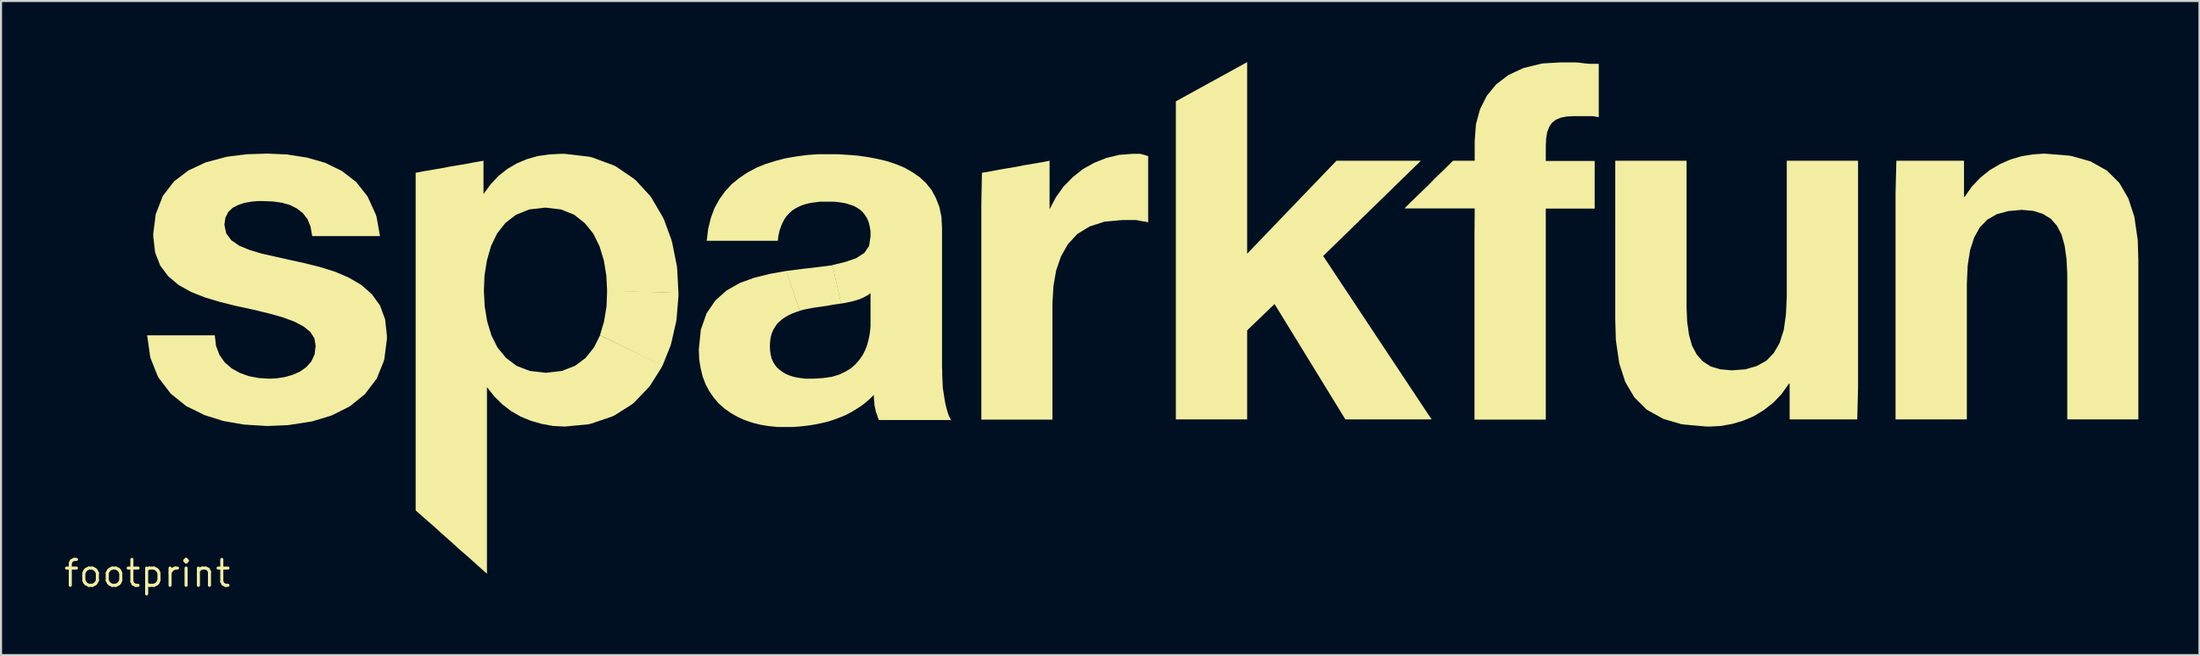
<source format=kicad_pcb>
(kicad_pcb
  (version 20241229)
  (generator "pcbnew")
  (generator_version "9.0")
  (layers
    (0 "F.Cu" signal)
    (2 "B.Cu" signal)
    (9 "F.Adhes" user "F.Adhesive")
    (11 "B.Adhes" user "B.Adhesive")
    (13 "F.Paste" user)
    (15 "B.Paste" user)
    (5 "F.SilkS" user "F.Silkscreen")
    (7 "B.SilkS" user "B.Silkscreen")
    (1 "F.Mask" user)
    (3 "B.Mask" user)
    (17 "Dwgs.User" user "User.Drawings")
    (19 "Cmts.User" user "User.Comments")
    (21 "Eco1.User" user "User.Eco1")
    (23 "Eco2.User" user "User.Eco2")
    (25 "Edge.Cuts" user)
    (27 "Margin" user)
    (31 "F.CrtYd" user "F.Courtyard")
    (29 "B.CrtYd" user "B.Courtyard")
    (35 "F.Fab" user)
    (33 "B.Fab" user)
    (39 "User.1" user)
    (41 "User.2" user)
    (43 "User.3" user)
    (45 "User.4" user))
  (footprint "footprint"
    (layer "F.Cu")
    (at 4.18 25.108)
    (property "Reference" "footprint" (at 0 0 0) (layer "F.SilkS") (effects (font (size 1.27 1.27) (thickness 0.15))))
    (fp_poly (pts (xy 26.075 -13.785) (xy 26.075 -13.62) (xy 25.985 -12.519) (xy 25.965 -12.369) (xy 25.725 -11.319) (xy 25.685 -11.178) (xy 25.293 -10.203) (xy 22.224 -11.697) (xy 22.425 -12.381) (xy 22.545 -13.111) (xy 22.575 -13.885)) (stroke (width 0) (type solid)) (fill yes) (layer "F.SilkS"))
    (fp_poly (pts (xy 53.995 -15.702) (xy 58.378 -20.265) (xy 62.522 -20.265) (xy 57.726 -15.589) (xy 63.049 -7.565) (xy 58.817 -7.565) (xy 55.339 -13.232) (xy 53.995 -11.938) (xy 53.995 -7.565) (xy 50.495 -7.565) (xy 50.495 -23.183) (xy 53.995 -25.108)) (stroke (width 0) (type solid)) (fill yes) (layer "F.SilkS"))
    (fp_poly (pts (xy 34.066 -13.256) (xy 33.861 -13.225) (xy 33.651 -13.195) (xy 33.441 -13.155) (xy 33.241 -13.125) (xy 33.031 -13.095) (xy 32.821 -13.065) (xy 32.621 -13.035) (xy 32.221 -12.955) (xy 32.027 -12.904) (xy 31.363 -14.854) (xy 32.159 -14.955) (xy 32.929 -15.045) (xy 33.644 -15.136)) (stroke (width 0) (type solid)) (fill yes) (layer "F.SilkS"))
    (fp_poly (pts (xy 48.851 -20.575) (xy 48.941 -20.555) (xy 49.031 -20.525) (xy 49.135 -20.494) (xy 49.135 -17.244) (xy 48.999 -17.275) (xy 48.849 -17.295) (xy 48.699 -17.325) (xy 48.54 -17.355) (xy 47.87 -17.355) (xy 46.991 -17.275) (xy 46.252 -17.035) (xy 45.653 -16.666) (xy 45.194 -16.167) (xy 44.855 -15.568) (xy 44.615 -14.869) (xy 44.485 -14.109) (xy 44.435 -13.28) (xy 44.435 -7.555) (xy 40.945 -7.555) (xy 40.945 -18.15) (xy 40.975 -19.674) (xy 41.389 -19.745) (xy 41.809 -19.825) (xy 42.219 -19.895) (xy 42.639 -19.965) (xy 43.049 -20.045) (xy 43.459 -20.115) (xy 43.879 -20.185) (xy 44.295 -20.266) (xy 44.295 -17.905) (xy 44.307 -17.905) (xy 44.606 -18.473) (xy 44.976 -18.993) (xy 45.427 -19.454) (xy 45.927 -19.854) (xy 46.488 -20.165) (xy 47.088 -20.405) (xy 47.719 -20.555) (xy 48.36 -20.605) (xy 48.751 -20.605)) (stroke (width 0) (type solid)) (fill yes) (layer "F.SilkS"))
    (fp_poly (pts (xy 70.341 -25.075) (xy 70.571 -25.045) (xy 70.8 -25.025) (xy 71.255 -25.025) (xy 71.255 -22.404) (xy 71.099 -22.435) (xy 70.94 -22.455) (xy 69.98 -22.455) (xy 69.651 -22.435) (xy 69.372 -22.375) (xy 69.143 -22.276) (xy 68.954 -22.127) (xy 68.824 -21.928) (xy 68.725 -21.679) (xy 68.675 -21.379) (xy 68.655 -21.01) (xy 68.655 -20.255) (xy 71.055 -20.255) (xy 71.055 -17.915) (xy 68.655 -17.915) (xy 68.655 -7.555) (xy 65.155 -7.555) (xy 65.155 -16.63) (xy 65.165 -17.925) (xy 61.718 -17.925) (xy 62.016 -18.224) (xy 62.317 -18.514) (xy 62.916 -19.094) (xy 63.206 -19.394) (xy 63.507 -19.684) (xy 63.806 -19.974) (xy 64.098 -20.265) (xy 65.165 -20.265) (xy 65.165 -21.23) (xy 65.225 -22.051) (xy 65.425 -22.792) (xy 65.756 -23.453) (xy 66.217 -24.014) (xy 66.817 -24.474) (xy 67.548 -24.815) (xy 68.409 -25.025) (xy 68.529 -25.045) (xy 69.41 -25.095) (xy 70.11 -25.095)) (stroke (width 0) (type solid)) (fill yes) (layer "F.SilkS"))
    (fp_poly (pts (xy 75.565 -13.09) (xy 75.595 -12.36) (xy 75.685 -11.721) (xy 75.835 -11.182) (xy 76.064 -10.753) (xy 76.363 -10.414) (xy 76.752 -10.165) (xy 77.221 -10.025) (xy 77.79 -9.975) (xy 78.449 -10.025) (xy 79.008 -10.185) (xy 79.477 -10.444) (xy 79.846 -10.823) (xy 80.135 -11.322) (xy 80.335 -11.951) (xy 80.445 -12.71) (xy 80.485 -13.6) (xy 80.485 -20.265) (xy 83.985 -20.265) (xy 83.985 -9.15) (xy 83.945 -7.565) (xy 80.625 -7.565) (xy 80.625 -9.325) (xy 80.593 -9.325) (xy 80.234 -8.817) (xy 79.823 -8.386) (xy 79.363 -8.026) (xy 78.872 -7.726) (xy 78.352 -7.505) (xy 77.811 -7.345) (xy 77.261 -7.245) (xy 76.71 -7.215) (xy 76.54 -7.215) (xy 75.439 -7.315) (xy 75.299 -7.335) (xy 74.418 -7.595) (xy 73.607 -8.046) (xy 72.996 -8.657) (xy 72.555 -9.408) (xy 72.265 -10.309) (xy 72.245 -10.429) (xy 72.115 -11.319) (xy 72.095 -11.46) (xy 72.065 -12.45) (xy 72.065 -20.265) (xy 75.565 -20.265)) (stroke (width 0) (type solid)) (fill yes) (layer "F.SilkS"))
    (fp_poly (pts (xy 93.27 -20.605) (xy 94.371 -20.515) (xy 94.511 -20.485) (xy 95.392 -20.235) (xy 96.203 -19.784) (xy 96.814 -19.173) (xy 97.255 -18.412) (xy 97.545 -17.521) (xy 97.565 -17.401) (xy 97.695 -16.501) (xy 97.715 -16.37) (xy 97.745 -15.38) (xy 97.745 -7.565) (xy 94.255 -7.565) (xy 94.255 -14.74) (xy 94.215 -15.47) (xy 94.125 -16.099) (xy 93.975 -16.638) (xy 93.746 -17.077) (xy 93.447 -17.416) (xy 93.058 -17.655) (xy 92.589 -17.805) (xy 92.02 -17.855) (xy 91.361 -17.795) (xy 90.802 -17.645) (xy 90.333 -17.376) (xy 89.964 -16.997) (xy 89.685 -16.498) (xy 89.485 -15.879) (xy 89.365 -15.119) (xy 89.325 -14.22) (xy 89.325 -7.565) (xy 85.825 -7.565) (xy 85.825 -18.67) (xy 85.865 -20.265) (xy 89.185 -20.265) (xy 89.185 -18.495) (xy 89.217 -18.495) (xy 89.576 -19.003) (xy 89.987 -19.434) (xy 90.447 -19.804) (xy 90.938 -20.094) (xy 91.458 -20.325) (xy 91.999 -20.485) (xy 92.549 -20.575) (xy 93.1 -20.615)) (stroke (width 0) (type solid)) (fill yes) (layer "F.SilkS"))
    (fp_poly (pts (xy 21.691 -20.465) (xy 21.851 -20.425) (xy 22.882 -20.045) (xy 23.023 -19.974) (xy 23.873 -19.394) (xy 23.983 -19.304) (xy 24.684 -18.543) (xy 24.764 -18.423) (xy 25.294 -17.522) (xy 25.365 -17.382) (xy 25.735 -16.371) (xy 25.775 -16.211) (xy 25.995 -15.111) (xy 26.015 -14.94) (xy 26.075 -13.775) (xy 22.575 -13.865) (xy 22.535 -14.629) (xy 22.415 -15.369) (xy 22.205 -16.058) (xy 21.896 -16.687) (xy 21.476 -17.206) (xy 20.957 -17.616) (xy 20.309 -17.875) (xy 19.54 -17.965) (xy 18.751 -17.875) (xy 18.103 -17.616) (xy 17.584 -17.216) (xy 17.174 -16.697) (xy 16.875 -16.078) (xy 16.675 -15.379) (xy 16.555 -14.639) (xy 16.525 -13.87) (xy 16.565 -13.111) (xy 16.685 -12.381) (xy 16.895 -11.692) (xy 17.194 -11.093) (xy 17.613 -10.584) (xy 18.132 -10.194) (xy 18.781 -9.945) (xy 19.56 -9.855) (xy 20.349 -9.945) (xy 20.998 -10.194) (xy 21.516 -10.584) (xy 21.926 -11.093) (xy 22.228 -11.697) (xy 25.297 -10.222) (xy 25.224 -10.078) (xy 24.684 -9.227) (xy 24.594 -9.117) (xy 23.903 -8.396) (xy 23.793 -8.306) (xy 22.942 -7.766) (xy 22.812 -7.705) (xy 21.811 -7.365) (xy 21.651 -7.325) (xy 20.49 -7.215) (xy 19.919 -7.245) (xy 19.369 -7.345) (xy 18.838 -7.495) (xy 18.328 -7.706) (xy 17.857 -7.976) (xy 17.427 -8.306) (xy 17.036 -8.697) (xy 16.688 -9.135) (xy 16.675 -9.135) (xy 16.675 0.011) (xy 16.227 -0.386) (xy 15.797 -0.776) (xy 15.357 -1.156) (xy 14.927 -1.546) (xy 14.487 -1.936) (xy 14.057 -2.326) (xy 13.617 -2.706) (xy 13.175 -3.098) (xy 13.175 -19.674) (xy 13.599 -19.755) (xy 14.009 -19.825) (xy 14.429 -19.895) (xy 14.839 -19.975) (xy 15.259 -20.045) (xy 15.669 -20.115) (xy 16.089 -20.195) (xy 16.505 -20.266) (xy 16.505 -18.645) (xy 16.517 -18.645) (xy 16.866 -19.123) (xy 17.247 -19.524) (xy 17.677 -19.864) (xy 18.138 -20.134) (xy 18.638 -20.345) (xy 19.169 -20.495) (xy 19.72 -20.575) (xy 20.3 -20.605) (xy 20.49 -20.605)) (stroke (width 0) (type solid)) (fill yes) (layer "F.SilkS"))
    (fp_poly (pts (xy 6.84 -20.575) (xy 7.821 -20.425) (xy 8.732 -20.165) (xy 9.553 -19.764) (xy 10.254 -19.224) (xy 10.814 -18.513) (xy 11.215 -17.632) (xy 11.255 -17.511) (xy 11.426 -16.565) (xy 8.096 -16.565) (xy 8.015 -17.029) (xy 7.866 -17.397) (xy 7.636 -17.696) (xy 7.337 -17.926) (xy 6.998 -18.095) (xy 6.609 -18.205) (xy 6.18 -18.265) (xy 5.72 -18.285) (xy 5.41 -18.285) (xy 5.091 -18.255) (xy 4.761 -18.195) (xy 4.462 -18.095) (xy 4.193 -17.956) (xy 3.974 -17.747) (xy 3.835 -17.468) (xy 3.785 -17.12) (xy 3.875 -16.702) (xy 4.124 -16.364) (xy 4.512 -16.094) (xy 5.022 -15.885) (xy 5.621 -15.705) (xy 6.291 -15.555) (xy 7.001 -15.395) (xy 7.731 -15.235) (xy 8.491 -15.045) (xy 9.222 -14.815) (xy 9.902 -14.524) (xy 10.513 -14.164) (xy 11.024 -13.713) (xy 11.424 -13.162) (xy 11.675 -12.481) (xy 11.765 -11.67) (xy 11.765 -11.52) (xy 11.635 -10.519) (xy 11.595 -10.388) (xy 11.264 -9.568) (xy 10.684 -8.806) (xy 9.943 -8.206) (xy 9.062 -7.765) (xy 8.942 -7.725) (xy 8.081 -7.465) (xy 7.951 -7.445) (xy 7.041 -7.305) (xy 6.9 -7.285) (xy 5.96 -7.245) (xy 5.83 -7.245) (xy 4.87 -7.305) (xy 4.729 -7.315) (xy 3.809 -7.475) (xy 3.679 -7.505) (xy 2.818 -7.775) (xy 1.917 -8.216) (xy 1.156 -8.826) (xy 0.566 -9.597) (xy 0.505 -9.708) (xy 0.165 -10.559) (xy 0.135 -10.689) (xy -0.006 -11.695) (xy 3.314 -11.695) (xy 3.375 -11.171) (xy 3.544 -10.732) (xy 3.804 -10.363) (xy 4.153 -10.064) (xy 4.552 -9.845) (xy 5.001 -9.685) (xy 5.491 -9.595) (xy 5.99 -9.565) (xy 6.369 -9.585) (xy 6.759 -9.645) (xy 7.138 -9.755) (xy 7.498 -9.914) (xy 7.807 -10.134) (xy 8.056 -10.413) (xy 8.215 -10.761) (xy 8.265 -11.18) (xy 8.205 -11.548) (xy 8.006 -11.857) (xy 7.677 -12.126) (xy 7.228 -12.365) (xy 6.658 -12.575) (xy 5.989 -12.765) (xy 5.199 -12.955) (xy 4.319 -13.145) (xy 3.559 -13.335) (xy 2.828 -13.555) (xy 2.148 -13.825) (xy 1.537 -14.166) (xy 1.026 -14.597) (xy 0.636 -15.118) (xy 0.385 -15.759) (xy 0.295 -16.54) (xy 0.295 -16.69) (xy 0.415 -17.641) (xy 0.766 -18.542) (xy 1.316 -19.254) (xy 2.027 -19.794) (xy 2.868 -20.185) (xy 3.799 -20.435) (xy 3.929 -20.465) (xy 4.799 -20.575) (xy 4.92 -20.585) (xy 5.82 -20.615) (xy 5.95 -20.615)) (stroke (width 0) (type solid)) (fill yes) (layer "F.SilkS"))
    (fp_poly (pts (xy 34.4 -20.555) (xy 34.891 -20.515) (xy 35.381 -20.445) (xy 35.851 -20.355) (xy 36.311 -20.245) (xy 36.762 -20.095) (xy 37.172 -19.925) (xy 37.563 -19.704) (xy 37.923 -19.454) (xy 38.234 -19.163) (xy 38.504 -18.823) (xy 38.715 -18.432) (xy 38.885 -18.001) (xy 38.985 -17.511) (xy 39.015 -16.97) (xy 39.015 -10.15) (xy 39.025 -9.94) (xy 39.025 -9.72) (xy 39.045 -9.3) (xy 39.045 -9.3) (xy 39.055 -9.101) (xy 39.145 -8.531) (xy 39.175 -8.361) (xy 39.215 -8.191) (xy 39.255 -8.041) (xy 39.295 -7.902) (xy 39.345 -7.762) (xy 39.394 -7.652) (xy 39.458 -7.535) (xy 35.917 -7.535) (xy 35.885 -7.618) (xy 35.855 -7.688) (xy 35.835 -7.768) (xy 35.805 -7.838) (xy 35.775 -7.919) (xy 35.755 -7.999) (xy 35.745 -8.069) (xy 35.725 -8.149) (xy 35.705 -8.229) (xy 35.695 -8.3) (xy 35.695 -8.38) (xy 35.685 -8.459) (xy 35.675 -8.54) (xy 35.675 -8.62) (xy 35.665 -8.7) (xy 35.665 -8.768) (xy 35.463 -8.566) (xy 35.243 -8.376) (xy 35.003 -8.196) (xy 34.763 -8.046) (xy 34.512 -7.896) (xy 34.252 -7.765) (xy 33.982 -7.655) (xy 33.712 -7.555) (xy 33.441 -7.465) (xy 33.151 -7.395) (xy 32.871 -7.335) (xy 32.581 -7.285) (xy 32.281 -7.245) (xy 31.99 -7.215) (xy 31.7 -7.195) (xy 30.95 -7.195) (xy 30.519 -7.235) (xy 30.099 -7.305) (xy 29.699 -7.405) (xy 29.318 -7.535) (xy 28.968 -7.696) (xy 28.637 -7.886) (xy 28.327 -8.106) (xy 28.046 -8.356) (xy 27.806 -8.637) (xy 27.586 -8.957) (xy 27.405 -9.298) (xy 27.265 -9.669) (xy 27.165 -10.079) (xy 27.095 -10.519) (xy 27.075 -10.99) (xy 27.175 -11.971) (xy 27.455 -12.772) (xy 27.886 -13.403) (xy 28.437 -13.894) (xy 29.088 -14.265) (xy 29.809 -14.525) (xy 30.579 -14.715) (xy 31.373 -14.856) (xy 32.036 -12.897) (xy 31.842 -12.835) (xy 31.662 -12.765) (xy 31.492 -12.686) (xy 31.333 -12.596) (xy 31.183 -12.496) (xy 31.053 -12.386) (xy 30.924 -12.267) (xy 30.824 -12.117) (xy 30.734 -11.968) (xy 30.655 -11.788) (xy 30.605 -11.599) (xy 30.575 -11.39) (xy 30.565 -11.17) (xy 30.575 -10.94) (xy 30.605 -10.731) (xy 30.655 -10.542) (xy 30.734 -10.372) (xy 30.824 -10.223) (xy 30.934 -10.094) (xy 31.063 -9.984) (xy 31.203 -9.884) (xy 31.352 -9.794) (xy 31.522 -9.725) (xy 31.701 -9.665) (xy 31.881 -9.625) (xy 32.28 -9.565) (xy 32.69 -9.565) (xy 33.169 -9.595) (xy 33.599 -9.655) (xy 33.968 -9.765) (xy 34.278 -9.914) (xy 34.557 -10.084) (xy 34.776 -10.283) (xy 34.966 -10.503) (xy 35.126 -10.733) (xy 35.245 -10.972) (xy 35.335 -11.212) (xy 35.405 -11.461) (xy 35.455 -11.701) (xy 35.485 -11.921) (xy 35.505 -12.13) (xy 35.505 -13.769) (xy 35.403 -13.686) (xy 35.262 -13.606) (xy 35.122 -13.535) (xy 34.962 -13.465) (xy 34.801 -13.415) (xy 34.621 -13.365) (xy 34.441 -13.325) (xy 34.251 -13.285) (xy 34.056 -13.254) (xy 33.634 -15.144) (xy 34.259 -15.295) (xy 34.788 -15.475) (xy 35.196 -15.734) (xy 35.435 -16.082) (xy 35.505 -16.55) (xy 35.505 -16.81) (xy 35.465 -17.039) (xy 35.415 -17.248) (xy 35.336 -17.438) (xy 35.236 -17.597) (xy 35.126 -17.737) (xy 34.997 -17.856) (xy 34.847 -17.956) (xy 34.688 -18.045) (xy 34.329 -18.165) (xy 34.129 -18.205) (xy 33.919 -18.235) (xy 33.71 -18.255) (xy 33.01 -18.255) (xy 32.781 -18.225) (xy 32.561 -18.195) (xy 32.351 -18.145) (xy 32.152 -18.085) (xy 31.972 -18.005) (xy 31.803 -17.916) (xy 31.653 -17.816) (xy 31.514 -17.686) (xy 31.384 -17.547) (xy 31.274 -17.387) (xy 31.185 -17.218) (xy 31.105 -17.028) (xy 31.035 -16.819) (xy 30.985 -16.589) (xy 30.954 -16.335) (xy 27.464 -16.335) (xy 27.535 -16.921) (xy 27.665 -17.451) (xy 27.845 -17.942) (xy 28.086 -18.373) (xy 28.366 -18.763) (xy 28.687 -19.114) (xy 29.057 -19.414) (xy 29.457 -19.684) (xy 29.888 -19.915) (xy 30.348 -20.105) (xy 30.829 -20.255) (xy 31.329 -20.385) (xy 31.849 -20.475) (xy 32.369 -20.545) (xy 32.9 -20.585) (xy 33.92 -20.585)) (stroke (width 0) (type solid)) (fill yes) (layer "F.SilkS")))
  (gr_rect
    (start -3 -3)
    (end 104.925 29.115)
    (stroke (width 0.1) (type default))
    (fill no)
    (layer "Edge.Cuts")))
</source>
